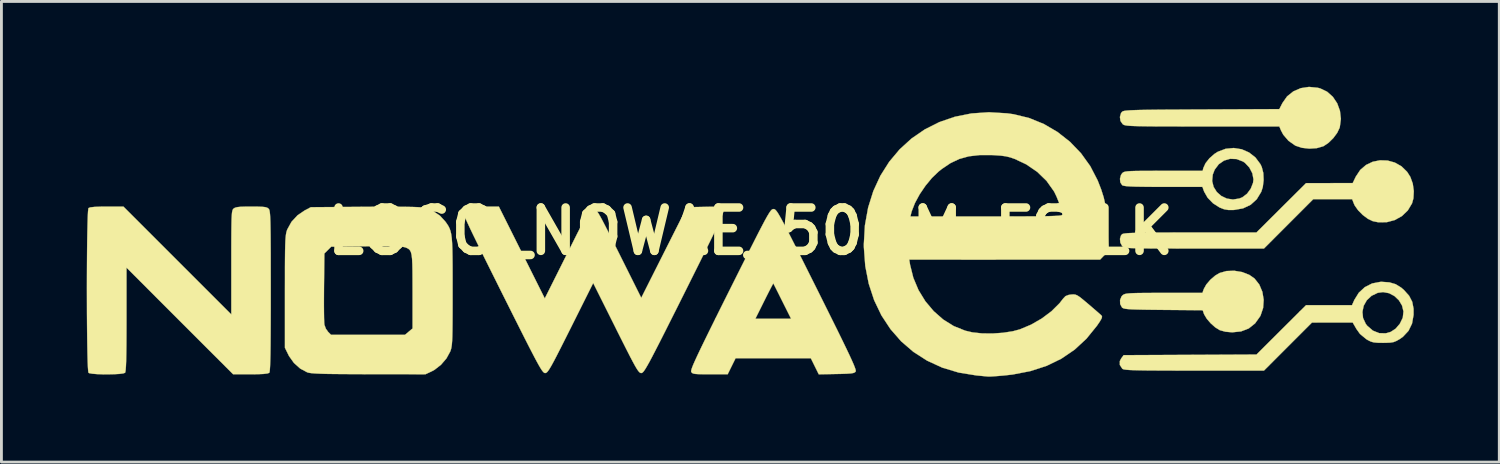
<source format=kicad_pcb>
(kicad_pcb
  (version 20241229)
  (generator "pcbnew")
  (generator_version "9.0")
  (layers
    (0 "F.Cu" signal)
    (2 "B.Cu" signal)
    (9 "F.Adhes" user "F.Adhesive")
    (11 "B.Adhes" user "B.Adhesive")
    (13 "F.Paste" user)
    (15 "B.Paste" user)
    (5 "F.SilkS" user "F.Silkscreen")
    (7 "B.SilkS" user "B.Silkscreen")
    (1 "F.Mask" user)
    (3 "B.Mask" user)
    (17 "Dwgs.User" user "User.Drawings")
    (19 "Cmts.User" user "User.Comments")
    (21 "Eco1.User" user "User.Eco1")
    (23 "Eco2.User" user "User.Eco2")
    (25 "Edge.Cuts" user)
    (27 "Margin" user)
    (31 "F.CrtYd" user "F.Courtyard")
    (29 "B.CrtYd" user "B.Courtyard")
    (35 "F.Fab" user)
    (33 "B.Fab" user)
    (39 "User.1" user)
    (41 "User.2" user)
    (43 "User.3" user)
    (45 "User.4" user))
  (footprint "LOGO_NOWAE_50MM_FSILK"
    (layer "F.Cu")
    (at 23.329 5.079)
    (property "Reference" "LOGO_NOWAE_50MM_FSILK" (at 0 0 0) (layer "F.SilkS") (effects (font (size 1.524 1.524) (thickness 0.3))))
    (attr through_hole)
    (fp_poly (pts (xy 17.287 1.435) (xy 17.538 1.533) (xy 17.721 1.661) (xy 17.889 1.873) (xy 17.998 2.131) (xy 18.044 2.412) (xy 18.024 2.696) (xy 17.935 2.961) (xy 17.92 2.989) (xy 17.741 3.24) (xy 17.519 3.417) (xy 17.249 3.521) (xy 16.938 3.553) (xy 16.704 3.533) (xy 16.509 3.48) (xy 16.493 3.473) (xy 16.339 3.377) (xy 16.181 3.236) (xy 16.043 3.076) (xy 15.953 2.925) (xy 15.943 2.902) (xy 15.9 2.777) (xy 14.518 2.765) (xy 14.132 2.761) (xy 13.822 2.757) (xy 13.581 2.751) (xy 13.399 2.745) (xy 13.267 2.736) (xy 13.176 2.725) (xy 13.116 2.71) (xy 13.079 2.692) (xy 13.063 2.679) (xy 12.999 2.56) (xy 12.995 2.418) (xy 13.048 2.289) (xy 13.088 2.247) (xy 13.121 2.225) (xy 13.165 2.207) (xy 13.23 2.193) (xy 13.325 2.183) (xy 13.46 2.176) (xy 13.644 2.171) (xy 13.888 2.169) (xy 14.2 2.167) (xy 14.538 2.167) (xy 15.89 2.167) (xy 15.941 2.026) (xy 16.029 1.869) (xy 16.171 1.704) (xy 16.34 1.559) (xy 16.493 1.468) (xy 16.737 1.399) (xy 17.01 1.389) (xy 17.287 1.435)) (stroke (width 0.01) (type solid)) (fill yes) (layer "F.SilkS"))
    (fp_poly (pts (xy 19.942 -5.044) (xy 20.031 -5.021) (xy 20.274 -4.905) (xy 20.476 -4.725) (xy 20.629 -4.496) (xy 20.725 -4.232) (xy 20.758 -3.949) (xy 20.72 -3.662) (xy 20.711 -3.633) (xy 20.627 -3.457) (xy 20.49 -3.273) (xy 20.323 -3.109) (xy 20.153 -2.994) (xy 20.135 -2.986) (xy 19.91 -2.921) (xy 19.65 -2.904) (xy 19.389 -2.933) (xy 19.164 -3.007) (xy 19.153 -3.013) (xy 18.918 -3.178) (xy 18.733 -3.393) (xy 18.653 -3.543) (xy 18.594 -3.684) (xy 15.89 -3.684) (xy 15.338 -3.684) (xy 14.866 -3.685) (xy 14.467 -3.686) (xy 14.136 -3.687) (xy 13.865 -3.69) (xy 13.648 -3.694) (xy 13.478 -3.699) (xy 13.349 -3.705) (xy 13.254 -3.713) (xy 13.187 -3.723) (xy 13.141 -3.735) (xy 13.11 -3.749) (xy 13.088 -3.764) (xy 13.01 -3.876) (xy 12.99 -4.017) (xy 13.028 -4.151) (xy 13.063 -4.196) (xy 13.083 -4.211) (xy 13.116 -4.224) (xy 13.168 -4.235) (xy 13.246 -4.244) (xy 13.356 -4.252) (xy 13.504 -4.258) (xy 13.697 -4.264) (xy 13.941 -4.268) (xy 14.243 -4.272) (xy 14.608 -4.275) (xy 15.044 -4.277) (xy 15.557 -4.28) (xy 15.865 -4.281) (xy 18.594 -4.293) (xy 18.702 -4.506) (xy 18.867 -4.741) (xy 19.087 -4.917) (xy 19.349 -5.03) (xy 19.638 -5.074) (xy 19.942 -5.044)) (stroke (width 0.01) (type solid)) (fill yes) (layer "F.SilkS"))
    (fp_poly (pts (xy 22.399 -2.485) (xy 22.654 -2.414) (xy 22.887 -2.283) (xy 23.085 -2.09) (xy 23.2 -1.91) (xy 23.285 -1.674) (xy 23.321 -1.413) (xy 23.308 -1.159) (xy 23.26 -0.982) (xy 23.111 -0.732) (xy 22.903 -0.533) (xy 22.651 -0.393) (xy 22.369 -0.318) (xy 22.073 -0.315) (xy 21.879 -0.355) (xy 21.708 -0.437) (xy 21.528 -0.571) (xy 21.366 -0.734) (xy 21.248 -0.9) (xy 21.222 -0.953) (xy 21.153 -1.127) (xy 19.786 -1.127) (xy 18.054 0.607) (xy 15.6 0.607) (xy 15.077 0.607) (xy 14.634 0.606) (xy 14.264 0.605) (xy 13.96 0.604) (xy 13.715 0.601) (xy 13.523 0.597) (xy 13.376 0.592) (xy 13.267 0.585) (xy 13.19 0.575) (xy 13.139 0.564) (xy 13.105 0.55) (xy 13.082 0.534) (xy 13.068 0.52) (xy 13.005 0.402) (xy 12.992 0.267) (xy 13.028 0.148) (xy 13.069 0.102) (xy 13.102 0.089) (xy 13.164 0.078) (xy 13.261 0.068) (xy 13.401 0.061) (xy 13.59 0.055) (xy 13.833 0.05) (xy 14.138 0.047) (xy 14.51 0.045) (xy 14.957 0.044) (xy 15.47 0.043) (xy 17.79 0.043) (xy 18.661 -0.824) (xy 19.532 -1.69) (xy 20.353 -1.692) (xy 21.174 -1.694) (xy 21.282 -1.92) (xy 21.439 -2.156) (xy 21.642 -2.33) (xy 21.879 -2.443) (xy 22.136 -2.494) (xy 22.399 -2.485)) (stroke (width 0.01) (type solid)) (fill yes) (layer "F.SilkS"))
    (fp_poly (pts (xy 17.273 -2.881) (xy 17.531 -2.768) (xy 17.755 -2.592) (xy 17.928 -2.36) (xy 17.977 -2.257) (xy 18.031 -2.047) (xy 18.042 -1.8) (xy 18.013 -1.556) (xy 17.959 -1.387) (xy 17.8 -1.125) (xy 17.586 -0.931) (xy 17.32 -0.805) (xy 17.004 -0.749) (xy 16.991 -0.748) (xy 16.803 -0.747) (xy 16.655 -0.772) (xy 16.503 -0.831) (xy 16.492 -0.836) (xy 16.263 -0.983) (xy 16.075 -1.176) (xy 15.951 -1.392) (xy 15.946 -1.406) (xy 15.89 -1.56) (xy 14.52 -1.56) (xy 14.12 -1.561) (xy 13.799 -1.564) (xy 13.547 -1.568) (xy 13.358 -1.575) (xy 13.223 -1.584) (xy 13.133 -1.597) (xy 13.081 -1.612) (xy 13.069 -1.619) (xy 13.006 -1.714) (xy 13 -1.766) (xy 16.232 -1.766) (xy 16.284 -1.558) (xy 16.396 -1.379) (xy 16.555 -1.239) (xy 16.749 -1.148) (xy 16.965 -1.115) (xy 17.19 -1.151) (xy 17.295 -1.194) (xy 17.459 -1.319) (xy 17.59 -1.498) (xy 17.67 -1.702) (xy 17.685 -1.826) (xy 17.646 -2.037) (xy 17.54 -2.24) (xy 17.386 -2.404) (xy 17.319 -2.45) (xy 17.092 -2.538) (xy 16.864 -2.547) (xy 16.65 -2.484) (xy 16.464 -2.355) (xy 16.322 -2.166) (xy 16.254 -1.992) (xy 16.232 -1.766) (xy 13 -1.766) (xy 12.992 -1.844) (xy 13.027 -1.976) (xy 13.068 -2.037) (xy 13.093 -2.061) (xy 13.126 -2.08) (xy 13.177 -2.095) (xy 13.254 -2.106) (xy 13.368 -2.114) (xy 13.527 -2.119) (xy 13.741 -2.122) (xy 14.019 -2.123) (xy 14.372 -2.124) (xy 14.522 -2.124) (xy 15.898 -2.124) (xy 15.923 -2.224) (xy 16 -2.391) (xy 16.137 -2.564) (xy 16.312 -2.718) (xy 16.431 -2.794) (xy 16.708 -2.899) (xy 16.993 -2.926) (xy 17.273 -2.881)) (stroke (width 0.01) (type solid)) (fill yes) (layer "F.SilkS"))
    (fp_poly (pts (xy 22.463 1.797) (xy 22.682 1.861) (xy 22.878 1.982) (xy 22.976 2.067) (xy 23.157 2.269) (xy 23.266 2.481) (xy 23.313 2.726) (xy 23.313 2.94) (xy 23.259 3.245) (xy 23.135 3.501) (xy 22.94 3.709) (xy 22.823 3.792) (xy 22.71 3.856) (xy 22.61 3.896) (xy 22.496 3.915) (xy 22.337 3.922) (xy 22.236 3.923) (xy 22.045 3.92) (xy 21.913 3.907) (xy 21.809 3.878) (xy 21.705 3.826) (xy 21.647 3.791) (xy 21.43 3.611) (xy 21.304 3.435) (xy 21.174 3.21) (xy 20.458 3.209) (xy 19.743 3.208) (xy 18.898 4.053) (xy 18.054 4.898) (xy 15.597 4.898) (xy 15.066 4.898) (xy 14.615 4.897) (xy 14.237 4.895) (xy 13.927 4.893) (xy 13.677 4.889) (xy 13.48 4.884) (xy 13.331 4.878) (xy 13.223 4.87) (xy 13.149 4.86) (xy 13.102 4.849) (xy 13.077 4.835) (xy 13.074 4.833) (xy 12.987 4.7) (xy 12.987 4.564) (xy 13.036 4.47) (xy 13.121 4.356) (xy 15.456 4.345) (xy 17.791 4.334) (xy 18.661 3.467) (xy 19.299 2.832) (xy 21.515 2.832) (xy 21.537 3.05) (xy 21.633 3.257) (xy 21.685 3.324) (xy 21.883 3.494) (xy 22.102 3.582) (xy 22.335 3.588) (xy 22.51 3.538) (xy 22.682 3.426) (xy 22.83 3.253) (xy 22.93 3.048) (xy 22.935 3.032) (xy 22.958 2.818) (xy 22.908 2.612) (xy 22.798 2.428) (xy 22.642 2.279) (xy 22.452 2.178) (xy 22.242 2.139) (xy 22.055 2.164) (xy 21.836 2.269) (xy 21.669 2.426) (xy 21.56 2.619) (xy 21.515 2.832) (xy 19.299 2.832) (xy 19.532 2.601) (xy 21.148 2.601) (xy 21.23 2.416) (xy 21.387 2.162) (xy 21.6 1.965) (xy 21.857 1.835) (xy 22.144 1.78) (xy 22.192 1.778) (xy 22.463 1.797)) (stroke (width 0.01) (type solid)) (fill yes) (layer "F.SilkS"))
    (fp_poly (pts (xy 0.837 -0.778) (xy 0.862 -0.766) (xy 0.891 -0.741) (xy 0.928 -0.697) (xy 0.974 -0.629) (xy 1.032 -0.531) (xy 1.106 -0.398) (xy 1.199 -0.225) (xy 1.312 -0.007) (xy 1.449 0.262) (xy 1.614 0.586) (xy 1.808 0.972) (xy 2.034 1.424) (xy 2.296 1.947) (xy 2.341 2.037) (xy 2.615 2.587) (xy 2.852 3.064) (xy 3.055 3.473) (xy 3.225 3.82) (xy 3.365 4.109) (xy 3.478 4.346) (xy 3.565 4.535) (xy 3.629 4.68) (xy 3.672 4.788) (xy 3.697 4.863) (xy 3.705 4.909) (xy 3.701 4.931) (xy 3.672 4.961) (xy 3.619 4.983) (xy 3.528 4.998) (xy 3.387 5.008) (xy 3.18 5.015) (xy 3.028 5.018) (xy 2.404 5.03) (xy 2.264 4.747) (xy 2.125 4.465) (xy -0.521 4.465) (xy -0.66 4.746) (xy -0.799 5.028) (xy -1.416 5.028) (xy -1.661 5.027) (xy -1.833 5.023) (xy -1.946 5.015) (xy -2.016 5) (xy -2.056 4.976) (xy -2.08 4.943) (xy -2.084 4.916) (xy -2.074 4.868) (xy -2.05 4.793) (xy -2.008 4.687) (xy -1.945 4.545) (xy -1.86 4.361) (xy -1.751 4.131) (xy -1.614 3.849) (xy -1.448 3.51) (xy -1.25 3.11) (xy -1.234 3.077) (xy 0.174 3.077) (xy 1.431 3.077) (xy 1.122 2.46) (xy 1.017 2.25) (xy 0.927 2.07) (xy 0.857 1.932) (xy 0.815 1.85) (xy 0.806 1.833) (xy 0.785 1.867) (xy 0.733 1.965) (xy 0.655 2.116) (xy 0.558 2.307) (xy 0.486 2.451) (xy 0.174 3.077) (xy -1.234 3.077) (xy -1.018 2.643) (xy -0.749 2.104) (xy -0.716 2.039) (xy -0.448 1.503) (xy -0.216 1.04) (xy -0.017 0.644) (xy 0.152 0.31) (xy 0.293 0.033) (xy 0.411 -0.193) (xy 0.506 -0.373) (xy 0.583 -0.512) (xy 0.644 -0.615) (xy 0.692 -0.688) (xy 0.729 -0.736) (xy 0.76 -0.764) (xy 0.785 -0.777) (xy 0.809 -0.78) (xy 0.813 -0.78) (xy 0.837 -0.778)) (stroke (width 0.01) (type solid)) (fill yes) (layer "F.SilkS"))
    (fp_poly (pts (xy -20.145 1.029) (xy -18.248 2.925) (xy -18.248 1.101) (xy -18.248 0.654) (xy -18.247 0.286) (xy -18.245 -0.011) (xy -18.242 -0.246) (xy -18.238 -0.426) (xy -18.231 -0.559) (xy -18.223 -0.654) (xy -18.211 -0.717) (xy -18.197 -0.759) (xy -18.179 -0.785) (xy -18.169 -0.795) (xy -18.119 -0.826) (xy -18.042 -0.847) (xy -17.921 -0.86) (xy -17.741 -0.866) (xy -17.547 -0.867) (xy -17.316 -0.865) (xy -17.155 -0.859) (xy -17.05 -0.847) (xy -16.983 -0.826) (xy -16.94 -0.795) (xy -16.933 -0.788) (xy -16.918 -0.766) (xy -16.906 -0.73) (xy -16.896 -0.675) (xy -16.887 -0.594) (xy -16.88 -0.48) (xy -16.874 -0.328) (xy -16.87 -0.13) (xy -16.866 0.119) (xy -16.864 0.426) (xy -16.862 0.796) (xy -16.862 1.237) (xy -16.861 1.754) (xy -16.861 2.108) (xy -16.861 2.707) (xy -16.863 3.224) (xy -16.865 3.664) (xy -16.868 4.031) (xy -16.872 4.331) (xy -16.878 4.567) (xy -16.885 4.745) (xy -16.893 4.87) (xy -16.902 4.945) (xy -16.913 4.976) (xy -16.978 5) (xy -17.12 5.017) (xy -17.342 5.026) (xy -17.574 5.028) (xy -18.183 5.028) (xy -20.058 3.154) (xy -21.932 1.279) (xy -21.932 3.102) (xy -21.933 3.581) (xy -21.935 3.979) (xy -21.939 4.301) (xy -21.944 4.554) (xy -21.952 4.742) (xy -21.961 4.872) (xy -21.973 4.949) (xy -21.984 4.976) (xy -22.05 4.998) (xy -22.181 5.015) (xy -22.359 5.025) (xy -22.563 5.03) (xy -22.773 5.029) (xy -22.969 5.022) (xy -23.13 5.009) (xy -23.238 4.99) (xy -23.267 4.976) (xy -23.278 4.923) (xy -23.288 4.791) (xy -23.297 4.591) (xy -23.304 4.331) (xy -23.31 4.019) (xy -23.315 3.665) (xy -23.319 3.277) (xy -23.322 2.864) (xy -23.323 2.435) (xy -23.324 1.999) (xy -23.323 1.565) (xy -23.321 1.141) (xy -23.318 0.736) (xy -23.314 0.36) (xy -23.308 0.02) (xy -23.301 -0.273) (xy -23.294 -0.512) (xy -23.285 -0.688) (xy -23.274 -0.791) (xy -23.267 -0.815) (xy -23.2 -0.84) (xy -23.055 -0.856) (xy -22.828 -0.865) (xy -22.628 -0.867) (xy -22.041 -0.867) (xy -20.145 1.029)) (stroke (width 0.01) (type solid)) (fill yes) (layer "F.SilkS"))
    (fp_poly (pts (xy -12.176 -0.859) (xy -11.876 -0.854) (xy -11.653 -0.845) (xy -11.507 -0.833) (xy -11.458 -0.825) (xy -11.174 -0.721) (xy -10.916 -0.549) (xy -10.721 -0.337) (xy -10.663 -0.255) (xy -10.614 -0.178) (xy -10.575 -0.099) (xy -10.543 -0.009) (xy -10.518 0.1) (xy -10.499 0.237) (xy -10.486 0.41) (xy -10.477 0.628) (xy -10.472 0.898) (xy -10.469 1.23) (xy -10.468 1.632) (xy -10.468 2.102) (xy -10.468 2.562) (xy -10.469 2.944) (xy -10.471 3.255) (xy -10.474 3.506) (xy -10.478 3.703) (xy -10.485 3.856) (xy -10.494 3.973) (xy -10.506 4.062) (xy -10.52 4.131) (xy -10.538 4.19) (xy -10.55 4.224) (xy -10.684 4.469) (xy -10.877 4.694) (xy -11.105 4.872) (xy -11.205 4.926) (xy -11.421 5.027) (xy -13.415 5.025) (xy -13.904 5.023) (xy -14.313 5.021) (xy -14.651 5.018) (xy -14.923 5.014) (xy -15.138 5.007) (xy -15.304 4.999) (xy -15.426 4.989) (xy -15.513 4.977) (xy -15.572 4.962) (xy -15.578 4.96) (xy -15.825 4.828) (xy -16.046 4.63) (xy -16.219 4.387) (xy -16.24 4.345) (xy -16.363 4.096) (xy -16.363 2.579) (xy -14.992 2.579) (xy -14.99 2.841) (xy -14.987 3.056) (xy -14.982 3.209) (xy -14.975 3.288) (xy -14.924 3.425) (xy -14.845 3.537) (xy -14.741 3.641) (xy -12.143 3.641) (xy -11.876 3.417) (xy -11.876 2.108) (xy -11.877 1.717) (xy -11.879 1.404) (xy -11.884 1.159) (xy -11.893 0.973) (xy -11.909 0.835) (xy -11.933 0.738) (xy -11.966 0.672) (xy -12.009 0.627) (xy -12.065 0.594) (xy -12.127 0.568) (xy -12.2 0.551) (xy -12.333 0.539) (xy -12.532 0.531) (xy -12.801 0.527) (xy -13.147 0.526) (xy -13.493 0.529) (xy -14.735 0.542) (xy -14.855 0.662) (xy -14.976 0.782) (xy -14.989 1.962) (xy -14.991 2.281) (xy -14.992 2.579) (xy -16.363 2.579) (xy -16.363 2.124) (xy -16.362 1.656) (xy -16.362 1.266) (xy -16.36 0.946) (xy -16.357 0.688) (xy -16.352 0.484) (xy -16.346 0.326) (xy -16.337 0.205) (xy -16.326 0.112) (xy -16.313 0.04) (xy -16.296 -0.019) (xy -16.281 -0.061) (xy -16.133 -0.33) (xy -15.917 -0.563) (xy -15.672 -0.729) (xy -15.452 -0.845) (xy -13.567 -0.859) (xy -13.02 -0.862) (xy -12.557 -0.862) (xy -12.176 -0.859)) (stroke (width 0.01) (type solid)) (fill yes) (layer "F.SilkS"))
    (fp_poly (pts (xy -8.035 0.748) (xy -7.228 2.362) (xy -6.442 0.791) (xy -6.247 0.401) (xy -6.087 0.081) (xy -5.957 -0.175) (xy -5.853 -0.374) (xy -5.771 -0.524) (xy -5.708 -0.632) (xy -5.659 -0.704) (xy -5.62 -0.748) (xy -5.586 -0.771) (xy -5.555 -0.779) (xy -5.526 -0.78) (xy -5.493 -0.778) (xy -5.461 -0.768) (xy -5.427 -0.742) (xy -5.386 -0.694) (xy -5.335 -0.617) (xy -5.269 -0.502) (xy -5.184 -0.344) (xy -5.076 -0.135) (xy -4.941 0.131) (xy -4.775 0.463) (xy -4.616 0.78) (xy -3.837 2.341) (xy -3.035 0.748) (xy -2.232 -0.845) (xy -1.614 -0.857) (xy -1.372 -0.862) (xy -1.201 -0.862) (xy -1.089 -0.857) (xy -1.021 -0.844) (xy -0.983 -0.822) (xy -0.959 -0.788) (xy -0.95 -0.767) (xy -0.944 -0.741) (xy -0.948 -0.7) (xy -0.964 -0.64) (xy -0.995 -0.555) (xy -1.042 -0.441) (xy -1.11 -0.291) (xy -1.199 -0.1) (xy -1.312 0.137) (xy -1.453 0.425) (xy -1.622 0.769) (xy -1.824 1.176) (xy -2.06 1.649) (xy -2.315 2.16) (xy -2.584 2.698) (xy -2.818 3.163) (xy -3.018 3.561) (xy -3.188 3.897) (xy -3.331 4.175) (xy -3.449 4.403) (xy -3.545 4.584) (xy -3.623 4.723) (xy -3.684 4.827) (xy -3.732 4.899) (xy -3.769 4.946) (xy -3.798 4.972) (xy -3.823 4.983) (xy -3.836 4.985) (xy -3.866 4.98) (xy -3.898 4.96) (xy -3.936 4.918) (xy -3.986 4.847) (xy -4.049 4.741) (xy -4.131 4.592) (xy -4.235 4.394) (xy -4.365 4.139) (xy -4.526 3.82) (xy -4.721 3.432) (xy -4.735 3.402) (xy -5.526 1.82) (xy -6.317 3.402) (xy -6.515 3.796) (xy -6.678 4.119) (xy -6.81 4.378) (xy -6.916 4.58) (xy -6.999 4.732) (xy -7.064 4.841) (xy -7.114 4.914) (xy -7.153 4.958) (xy -7.186 4.979) (xy -7.215 4.985) (xy -7.217 4.985) (xy -7.24 4.98) (xy -7.266 4.963) (xy -7.298 4.929) (xy -7.34 4.872) (xy -7.393 4.787) (xy -7.461 4.669) (xy -7.546 4.513) (xy -7.651 4.313) (xy -7.779 4.065) (xy -7.933 3.763) (xy -8.115 3.401) (xy -8.329 2.976) (xy -8.577 2.481) (xy -8.738 2.16) (xy -9.008 1.618) (xy -9.242 1.148) (xy -9.442 0.745) (xy -9.61 0.404) (xy -9.749 0.119) (xy -9.861 -0.115) (xy -9.949 -0.304) (xy -10.015 -0.452) (xy -10.061 -0.564) (xy -10.091 -0.647) (xy -10.106 -0.705) (xy -10.109 -0.744) (xy -10.104 -0.766) (xy -10.082 -0.806) (xy -10.051 -0.833) (xy -9.996 -0.851) (xy -9.902 -0.861) (xy -9.755 -0.866) (xy -9.541 -0.867) (xy -9.45 -0.867) (xy -8.843 -0.867) (xy -8.035 0.748)) (stroke (width 0.01) (type solid)) (fill yes) (layer "F.SilkS"))
    (fp_poly (pts (xy 9.025 -4.145) (xy 9.254 -4.113) (xy 9.796 -3.981) (xy 10.313 -3.771) (xy 10.795 -3.49) (xy 11.234 -3.145) (xy 11.621 -2.743) (xy 11.947 -2.29) (xy 12.204 -1.794) (xy 12.215 -1.768) (xy 12.333 -1.465) (xy 12.42 -1.189) (xy 12.482 -0.914) (xy 12.524 -0.616) (xy 12.549 -0.27) (xy 12.559 -0.03) (xy 12.581 0.699) (xy 12.293 0.997) (xy 5.584 0.997) (xy 5.614 1.181) (xy 5.728 1.638) (xy 5.909 2.068) (xy 6.15 2.461) (xy 6.443 2.809) (xy 6.779 3.104) (xy 7.151 3.335) (xy 7.55 3.495) (xy 7.805 3.555) (xy 8.142 3.591) (xy 8.511 3.595) (xy 8.882 3.569) (xy 9.225 3.516) (xy 9.471 3.45) (xy 9.867 3.284) (xy 10.244 3.067) (xy 10.585 2.811) (xy 10.868 2.53) (xy 10.994 2.369) (xy 11.077 2.281) (xy 11.19 2.238) (xy 11.272 2.226) (xy 11.355 2.22) (xy 11.424 2.228) (xy 11.496 2.258) (xy 11.587 2.318) (xy 11.712 2.419) (xy 11.876 2.557) (xy 12.039 2.697) (xy 12.181 2.819) (xy 12.287 2.912) (xy 12.343 2.962) (xy 12.343 2.963) (xy 12.362 3.004) (xy 12.345 3.068) (xy 12.286 3.171) (xy 12.186 3.318) (xy 11.816 3.775) (xy 11.398 4.162) (xy 10.931 4.48) (xy 10.413 4.732) (xy 9.84 4.917) (xy 9.211 5.038) (xy 8.911 5.071) (xy 8.711 5.088) (xy 8.539 5.101) (xy 8.415 5.108) (xy 8.366 5.108) (xy 8.294 5.102) (xy 8.161 5.089) (xy 7.992 5.073) (xy 7.942 5.068) (xy 7.323 4.968) (xy 6.747 4.795) (xy 6.215 4.551) (xy 5.731 4.241) (xy 5.3 3.87) (xy 4.924 3.44) (xy 4.606 2.957) (xy 4.35 2.423) (xy 4.16 1.844) (xy 4.038 1.222) (xy 3.989 0.562) (xy 3.988 0.453) (xy 4.026 -0.208) (xy 4.083 -0.52) (xy 5.625 -0.52) (xy 8.296 -0.52) (xy 8.853 -0.52) (xy 9.329 -0.521) (xy 9.731 -0.523) (xy 10.064 -0.525) (xy 10.334 -0.528) (xy 10.547 -0.533) (xy 10.709 -0.539) (xy 10.826 -0.546) (xy 10.903 -0.554) (xy 10.948 -0.565) (xy 10.965 -0.577) (xy 10.966 -0.581) (xy 10.949 -0.687) (xy 10.903 -0.845) (xy 10.839 -1.028) (xy 10.765 -1.212) (xy 10.69 -1.369) (xy 10.668 -1.409) (xy 10.41 -1.771) (xy 10.084 -2.087) (xy 9.698 -2.351) (xy 9.297 -2.54) (xy 9.137 -2.596) (xy 8.981 -2.634) (xy 8.802 -2.658) (xy 8.574 -2.674) (xy 8.483 -2.678) (xy 8.051 -2.677) (xy 7.678 -2.634) (xy 7.346 -2.542) (xy 7.036 -2.396) (xy 6.73 -2.19) (xy 6.617 -2.1) (xy 6.381 -1.874) (xy 6.154 -1.599) (xy 5.95 -1.298) (xy 5.785 -0.993) (xy 5.673 -0.708) (xy 5.654 -0.639) (xy 5.625 -0.52) (xy 4.083 -0.52) (xy 4.139 -0.832) (xy 4.322 -1.414) (xy 4.57 -1.952) (xy 4.88 -2.442) (xy 5.246 -2.878) (xy 5.664 -3.259) (xy 6.13 -3.579) (xy 6.64 -3.836) (xy 7.188 -4.024) (xy 7.772 -4.141) (xy 8.385 -4.183) (xy 9.025 -4.145)) (stroke (width 0.01) (type solid)) (fill yes) (layer "F.SilkS")))
  (gr_rect
    (start -3 -3)
    (end 49.655 13.193)
    (stroke (width 0.1) (type default))
    (fill no)
    (layer "Edge.Cuts")))
</source>
